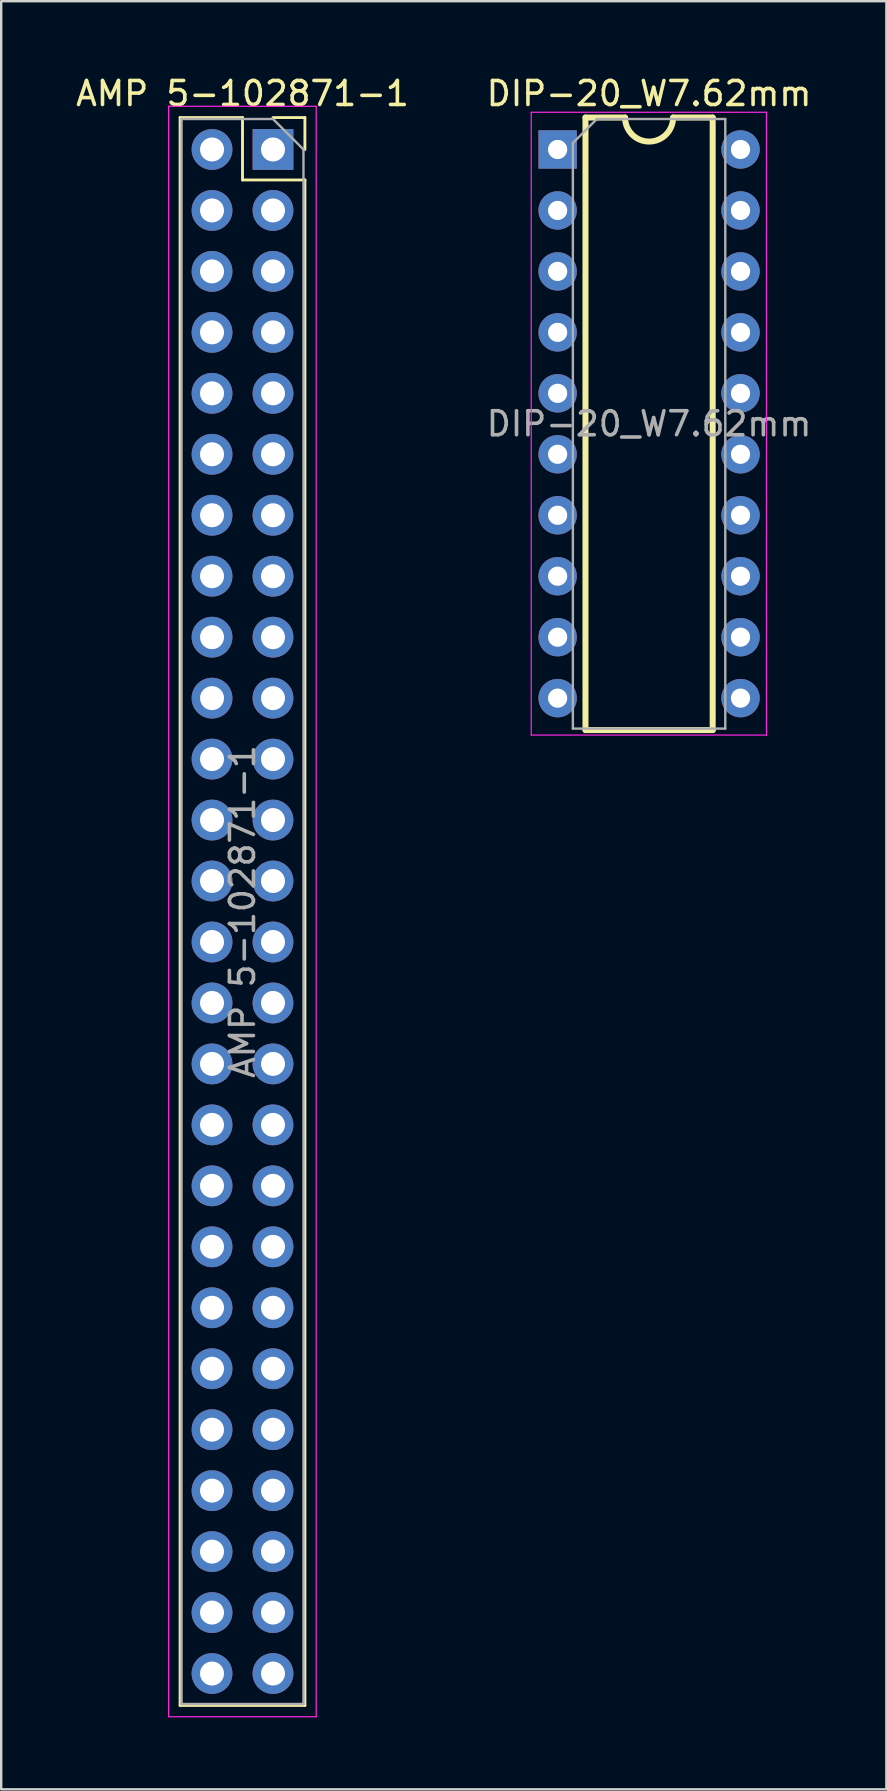
<source format=kicad_pcb>
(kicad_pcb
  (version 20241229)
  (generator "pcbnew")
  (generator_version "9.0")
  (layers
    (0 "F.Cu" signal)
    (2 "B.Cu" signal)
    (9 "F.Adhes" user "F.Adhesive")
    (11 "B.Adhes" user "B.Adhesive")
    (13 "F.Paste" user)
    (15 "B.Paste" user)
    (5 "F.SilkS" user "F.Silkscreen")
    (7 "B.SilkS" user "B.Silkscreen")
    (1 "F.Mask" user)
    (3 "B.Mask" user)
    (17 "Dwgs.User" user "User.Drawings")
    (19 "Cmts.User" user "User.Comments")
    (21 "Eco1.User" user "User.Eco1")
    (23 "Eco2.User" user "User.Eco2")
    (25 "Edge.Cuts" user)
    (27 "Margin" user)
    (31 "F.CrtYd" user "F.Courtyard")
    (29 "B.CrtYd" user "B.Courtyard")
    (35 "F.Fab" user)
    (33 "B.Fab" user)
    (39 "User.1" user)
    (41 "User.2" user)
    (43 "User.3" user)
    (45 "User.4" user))
  (footprint "AMP 5-102871-1"
    (layer "F.Cu")
    (at 5.784 3.178)
    (property "Reference" "AMP 5-102871-1" (at 1.27 -2.33 0) (layer "F.SilkS") (effects (font (size 1 1) (thickness 0.15))))
    (attr through_hole)
    (fp_line (start -1.33 -1.33) (end -1.33 64.83) (stroke (width 0.12) (type solid)) (layer "F.SilkS"))
    (fp_line (start 1.27 -1.33) (end -1.33 -1.33) (stroke (width 0.12) (type solid)) (layer "F.SilkS"))
    (fp_line (start 1.27 1.27) (end 1.27 -1.33) (stroke (width 0.12) (type solid)) (layer "F.SilkS"))
    (fp_line (start 3.87 -1.33) (end 2.54 -1.33) (stroke (width 0.12) (type solid)) (layer "F.SilkS"))
    (fp_line (start 3.87 0) (end 3.87 -1.33) (stroke (width 0.12) (type solid)) (layer "F.SilkS"))
    (fp_line (start 3.87 1.27) (end 1.27 1.27) (stroke (width 0.12) (type solid)) (layer "F.SilkS"))
    (fp_line (start 3.87 1.27) (end 3.87 64.83) (stroke (width 0.12) (type solid)) (layer "F.SilkS"))
    (fp_line (start 3.87 64.83) (end -1.33 64.83) (stroke (width 0.12) (type solid)) (layer "F.SilkS"))
    (fp_line (start -1.81 -1.8) (end 4.34 -1.8) (stroke (width 0.05) (type solid)) (layer "F.CrtYd"))
    (fp_line (start -1.81 65.3) (end -1.81 -1.8) (stroke (width 0.05) (type solid)) (layer "F.CrtYd"))
    (fp_line (start 4.34 -1.8) (end 4.34 65.3) (stroke (width 0.05) (type solid)) (layer "F.CrtYd"))
    (fp_line (start 4.34 65.3) (end -1.81 65.3) (stroke (width 0.05) (type solid)) (layer "F.CrtYd"))
    (fp_line (start -1.27 -1.27) (end -1.27 64.77) (stroke (width 0.1) (type solid)) (layer "F.Fab"))
    (fp_line (start -1.27 64.77) (end 3.81 64.77) (stroke (width 0.1) (type solid)) (layer "F.Fab"))
    (fp_line (start 2.54 -1.27) (end -1.27 -1.27) (stroke (width 0.1) (type solid)) (layer "F.Fab"))
    (fp_line (start 3.81 0) (end 2.54 -1.27) (stroke (width 0.1) (type solid)) (layer "F.Fab"))
    (fp_line (start 3.81 64.77) (end 3.81 0) (stroke (width 0.1) (type solid)) (layer "F.Fab"))
    (fp_text user "${REFERENCE}" (at 1.27 31.75 90) (layer "F.Fab") (effects (font (size 1 1) (thickness 0.15))))
    (pad "a1" thru_hole rect (at 2.54 0) (size 1.7 1.7) (drill 1) (layers "*.Cu" "*.Mask"))
    (pad "a2" thru_hole oval (at 2.54 2.54) (size 1.7 1.7) (drill 1) (layers "*.Cu" "*.Mask"))
    (pad "a3" thru_hole oval (at 2.54 5.08) (size 1.7 1.7) (drill 1) (layers "*.Cu" "*.Mask"))
    (pad "a4" thru_hole oval (at 2.54 7.62) (size 1.7 1.7) (drill 1) (layers "*.Cu" "*.Mask"))
    (pad "a5" thru_hole oval (at 2.54 10.16) (size 1.7 1.7) (drill 1) (layers "*.Cu" "*.Mask"))
    (pad "a6" thru_hole oval (at 2.54 12.7) (size 1.7 1.7) (drill 1) (layers "*.Cu" "*.Mask"))
    (pad "a7" thru_hole oval (at 2.54 15.24) (size 1.7 1.7) (drill 1) (layers "*.Cu" "*.Mask"))
    (pad "a8" thru_hole oval (at 2.54 17.78) (size 1.7 1.7) (drill 1) (layers "*.Cu" "*.Mask"))
    (pad "a9" thru_hole oval (at 2.54 20.32) (size 1.7 1.7) (drill 1) (layers "*.Cu" "*.Mask"))
    (pad "a10" thru_hole oval (at 2.54 22.86) (size 1.7 1.7) (drill 1) (layers "*.Cu" "*.Mask"))
    (pad "a11" thru_hole oval (at 2.54 25.4) (size 1.7 1.7) (drill 1) (layers "*.Cu" "*.Mask"))
    (pad "a12" thru_hole oval (at 2.54 27.94) (size 1.7 1.7) (drill 1) (layers "*.Cu" "*.Mask"))
    (pad "a13" thru_hole oval (at 2.54 30.48) (size 1.7 1.7) (drill 1) (layers "*.Cu" "*.Mask"))
    (pad "a14" thru_hole oval (at 2.54 33.02) (size 1.7 1.7) (drill 1) (layers "*.Cu" "*.Mask"))
    (pad "a15" thru_hole oval (at 2.54 35.56) (size 1.7 1.7) (drill 1) (layers "*.Cu" "*.Mask"))
    (pad "a16" thru_hole oval (at 2.54 38.1) (size 1.7 1.7) (drill 1) (layers "*.Cu" "*.Mask"))
    (pad "a17" thru_hole oval (at 2.54 40.64) (size 1.7 1.7) (drill 1) (layers "*.Cu" "*.Mask"))
    (pad "a18" thru_hole oval (at 2.54 43.18) (size 1.7 1.7) (drill 1) (layers "*.Cu" "*.Mask"))
    (pad "a19" thru_hole oval (at 2.54 45.72) (size 1.7 1.7) (drill 1) (layers "*.Cu" "*.Mask"))
    (pad "a20" thru_hole oval (at 2.54 48.26) (size 1.7 1.7) (drill 1) (layers "*.Cu" "*.Mask"))
    (pad "a21" thru_hole oval (at 2.54 50.8) (size 1.7 1.7) (drill 1) (layers "*.Cu" "*.Mask"))
    (pad "a22" thru_hole oval (at 2.54 53.34) (size 1.7 1.7) (drill 1) (layers "*.Cu" "*.Mask"))
    (pad "a23" thru_hole oval (at 2.54 55.88) (size 1.7 1.7) (drill 1) (layers "*.Cu" "*.Mask"))
    (pad "a24" thru_hole oval (at 2.54 58.42) (size 1.7 1.7) (drill 1) (layers "*.Cu" "*.Mask"))
    (pad "a25" thru_hole oval (at 2.54 60.96) (size 1.7 1.7) (drill 1) (layers "*.Cu" "*.Mask"))
    (pad "a26" thru_hole oval (at 2.54 63.5) (size 1.7 1.7) (drill 1) (layers "*.Cu" "*.Mask"))
    (pad "b1" thru_hole oval (at 0 0) (size 1.7 1.7) (drill 1) (layers "*.Cu" "*.Mask"))
    (pad "b2" thru_hole oval (at 0 2.54) (size 1.7 1.7) (drill 1) (layers "*.Cu" "*.Mask"))
    (pad "b3" thru_hole oval (at 0 5.08) (size 1.7 1.7) (drill 1) (layers "*.Cu" "*.Mask"))
    (pad "b4" thru_hole oval (at 0 7.62) (size 1.7 1.7) (drill 1) (layers "*.Cu" "*.Mask"))
    (pad "b5" thru_hole oval (at 0 10.16) (size 1.7 1.7) (drill 1) (layers "*.Cu" "*.Mask"))
    (pad "b6" thru_hole oval (at 0 12.7) (size 1.7 1.7) (drill 1) (layers "*.Cu" "*.Mask"))
    (pad "b7" thru_hole oval (at 0 15.24) (size 1.7 1.7) (drill 1) (layers "*.Cu" "*.Mask"))
    (pad "b8" thru_hole oval (at 0 17.78) (size 1.7 1.7) (drill 1) (layers "*.Cu" "*.Mask"))
    (pad "b9" thru_hole oval (at 0 20.32) (size 1.7 1.7) (drill 1) (layers "*.Cu" "*.Mask"))
    (pad "b10" thru_hole oval (at 0 22.86) (size 1.7 1.7) (drill 1) (layers "*.Cu" "*.Mask"))
    (pad "b11" thru_hole oval (at 0 25.4) (size 1.7 1.7) (drill 1) (layers "*.Cu" "*.Mask"))
    (pad "b12" thru_hole oval (at 0 27.94) (size 1.7 1.7) (drill 1) (layers "*.Cu" "*.Mask"))
    (pad "b13" thru_hole oval (at 0 30.48) (size 1.7 1.7) (drill 1) (layers "*.Cu" "*.Mask"))
    (pad "b14" thru_hole oval (at 0 33.02) (size 1.7 1.7) (drill 1) (layers "*.Cu" "*.Mask"))
    (pad "b15" thru_hole oval (at 0 35.56) (size 1.7 1.7) (drill 1) (layers "*.Cu" "*.Mask"))
    (pad "b16" thru_hole oval (at 0 38.1) (size 1.7 1.7) (drill 1) (layers "*.Cu" "*.Mask"))
    (pad "b17" thru_hole oval (at 0 40.64) (size 1.7 1.7) (drill 1) (layers "*.Cu" "*.Mask"))
    (pad "b18" thru_hole oval (at 0 43.18) (size 1.7 1.7) (drill 1) (layers "*.Cu" "*.Mask"))
    (pad "b19" thru_hole oval (at 0 45.72) (size 1.7 1.7) (drill 1) (layers "*.Cu" "*.Mask"))
    (pad "b20" thru_hole oval (at 0 48.26) (size 1.7 1.7) (drill 1) (layers "*.Cu" "*.Mask"))
    (pad "b21" thru_hole oval (at 0 50.8) (size 1.7 1.7) (drill 1) (layers "*.Cu" "*.Mask"))
    (pad "b22" thru_hole oval (at 0 53.34) (size 1.7 1.7) (drill 1) (layers "*.Cu" "*.Mask"))
    (pad "b23" thru_hole oval (at 0 55.88) (size 1.7 1.7) (drill 1) (layers "*.Cu" "*.Mask"))
    (pad "b24" thru_hole oval (at 0 58.42) (size 1.7 1.7) (drill 1) (layers "*.Cu" "*.Mask"))
    (pad "b25" thru_hole oval (at 0 60.96) (size 1.7 1.7) (drill 1) (layers "*.Cu" "*.Mask"))
    (pad "b26" thru_hole oval (at 0 63.5) (size 1.7 1.7) (drill 1) (layers "*.Cu" "*.Mask")))
  (footprint "DIP-20_W7.62mm"
    (layer "F.Cu")
    (at 20.184 3.178)
    (property "Reference" "DIP-20_W7.62mm" (at 3.81 -2.33 0) (layer "F.SilkS") (effects (font (size 1 1) (thickness 0.15))))
    (attr through_hole)
    (fp_line (start 1.16 -1.33) (end 1.16 24.19) (stroke (width 0.25) (type solid)) (layer "F.SilkS"))
    (fp_line (start 1.16 24.19) (end 6.46 24.19) (stroke (width 0.25) (type solid)) (layer "F.SilkS"))
    (fp_line (start 2.81 -1.33) (end 1.16 -1.33) (stroke (width 0.25) (type solid)) (layer "F.SilkS"))
    (fp_line (start 6.46 -1.33) (end 4.81 -1.33) (stroke (width 0.25) (type solid)) (layer "F.SilkS"))
    (fp_line (start 6.46 24.19) (end 6.46 -1.33) (stroke (width 0.25) (type solid)) (layer "F.SilkS"))
    (fp_arc (start 4.81 -1.33) (mid 3.81 -0.33) (end 2.81 -1.33) (stroke (width 0.25) (type solid)) (layer "F.SilkS"))
    (fp_line (start -1.1 -1.55) (end -1.1 24.4) (stroke (width 0.05) (type solid)) (layer "F.CrtYd"))
    (fp_line (start -1.1 24.4) (end 8.7 24.4) (stroke (width 0.05) (type solid)) (layer "F.CrtYd"))
    (fp_line (start 8.7 -1.55) (end -1.1 -1.55) (stroke (width 0.05) (type solid)) (layer "F.CrtYd"))
    (fp_line (start 8.7 24.4) (end 8.7 -1.55) (stroke (width 0.05) (type solid)) (layer "F.CrtYd"))
    (fp_line (start 0.635 -0.27) (end 1.635 -1.27) (stroke (width 0.1) (type solid)) (layer "F.Fab"))
    (fp_line (start 0.635 24.13) (end 0.635 -0.27) (stroke (width 0.1) (type solid)) (layer "F.Fab"))
    (fp_line (start 1.635 -1.27) (end 6.985 -1.27) (stroke (width 0.1) (type solid)) (layer "F.Fab"))
    (fp_line (start 6.985 -1.27) (end 6.985 24.13) (stroke (width 0.1) (type solid)) (layer "F.Fab"))
    (fp_line (start 6.985 24.13) (end 0.635 24.13) (stroke (width 0.1) (type solid)) (layer "F.Fab"))
    (fp_text user "${REFERENCE}" (at 3.81 11.43 0) (layer "F.Fab") (effects (font (size 1 1) (thickness 0.15))))
    (pad "1" thru_hole rect (at 0 0) (size 1.6 1.6) (drill 0.8) (layers "*.Cu" "*.Mask"))
    (pad "2" thru_hole oval (at 0 2.54) (size 1.6 1.6) (drill 0.8) (layers "*.Cu" "*.Mask"))
    (pad "3" thru_hole oval (at 0 5.08) (size 1.6 1.6) (drill 0.8) (layers "*.Cu" "*.Mask"))
    (pad "4" thru_hole oval (at 0 7.62) (size 1.6 1.6) (drill 0.8) (layers "*.Cu" "*.Mask"))
    (pad "5" thru_hole oval (at 0 10.16) (size 1.6 1.6) (drill 0.8) (layers "*.Cu" "*.Mask"))
    (pad "6" thru_hole oval (at 0 12.7) (size 1.6 1.6) (drill 0.8) (layers "*.Cu" "*.Mask"))
    (pad "7" thru_hole oval (at 0 15.24) (size 1.6 1.6) (drill 0.8) (layers "*.Cu" "*.Mask"))
    (pad "8" thru_hole oval (at 0 17.78) (size 1.6 1.6) (drill 0.8) (layers "*.Cu" "*.Mask"))
    (pad "9" thru_hole oval (at 0 20.32) (size 1.6 1.6) (drill 0.8) (layers "*.Cu" "*.Mask"))
    (pad "10" thru_hole oval (at 0 22.86) (size 1.6 1.6) (drill 0.8) (layers "*.Cu" "*.Mask"))
    (pad "11" thru_hole oval (at 7.62 22.86) (size 1.6 1.6) (drill 0.8) (layers "*.Cu" "*.Mask"))
    (pad "12" thru_hole oval (at 7.62 20.32) (size 1.6 1.6) (drill 0.8) (layers "*.Cu" "*.Mask"))
    (pad "13" thru_hole oval (at 7.62 17.78) (size 1.6 1.6) (drill 0.8) (layers "*.Cu" "*.Mask"))
    (pad "14" thru_hole oval (at 7.62 15.24) (size 1.6 1.6) (drill 0.8) (layers "*.Cu" "*.Mask"))
    (pad "15" thru_hole oval (at 7.62 12.7) (size 1.6 1.6) (drill 0.8) (layers "*.Cu" "*.Mask"))
    (pad "16" thru_hole oval (at 7.62 10.16) (size 1.6 1.6) (drill 0.8) (layers "*.Cu" "*.Mask"))
    (pad "17" thru_hole oval (at 7.62 7.62) (size 1.6 1.6) (drill 0.8) (layers "*.Cu" "*.Mask"))
    (pad "18" thru_hole oval (at 7.62 5.08) (size 1.6 1.6) (drill 0.8) (layers "*.Cu" "*.Mask"))
    (pad "19" thru_hole oval (at 7.62 2.54) (size 1.6 1.6) (drill 0.8) (layers "*.Cu" "*.Mask"))
    (pad "20" thru_hole oval (at 7.62 0) (size 1.6 1.6) (drill 0.8) (layers "*.Cu" "*.Mask")))
  (gr_rect
    (start -3 -3)
    (end 33.881 71.503)
    (stroke (width 0.1) (type default))
    (fill no)
    (layer "Edge.Cuts")))
</source>
